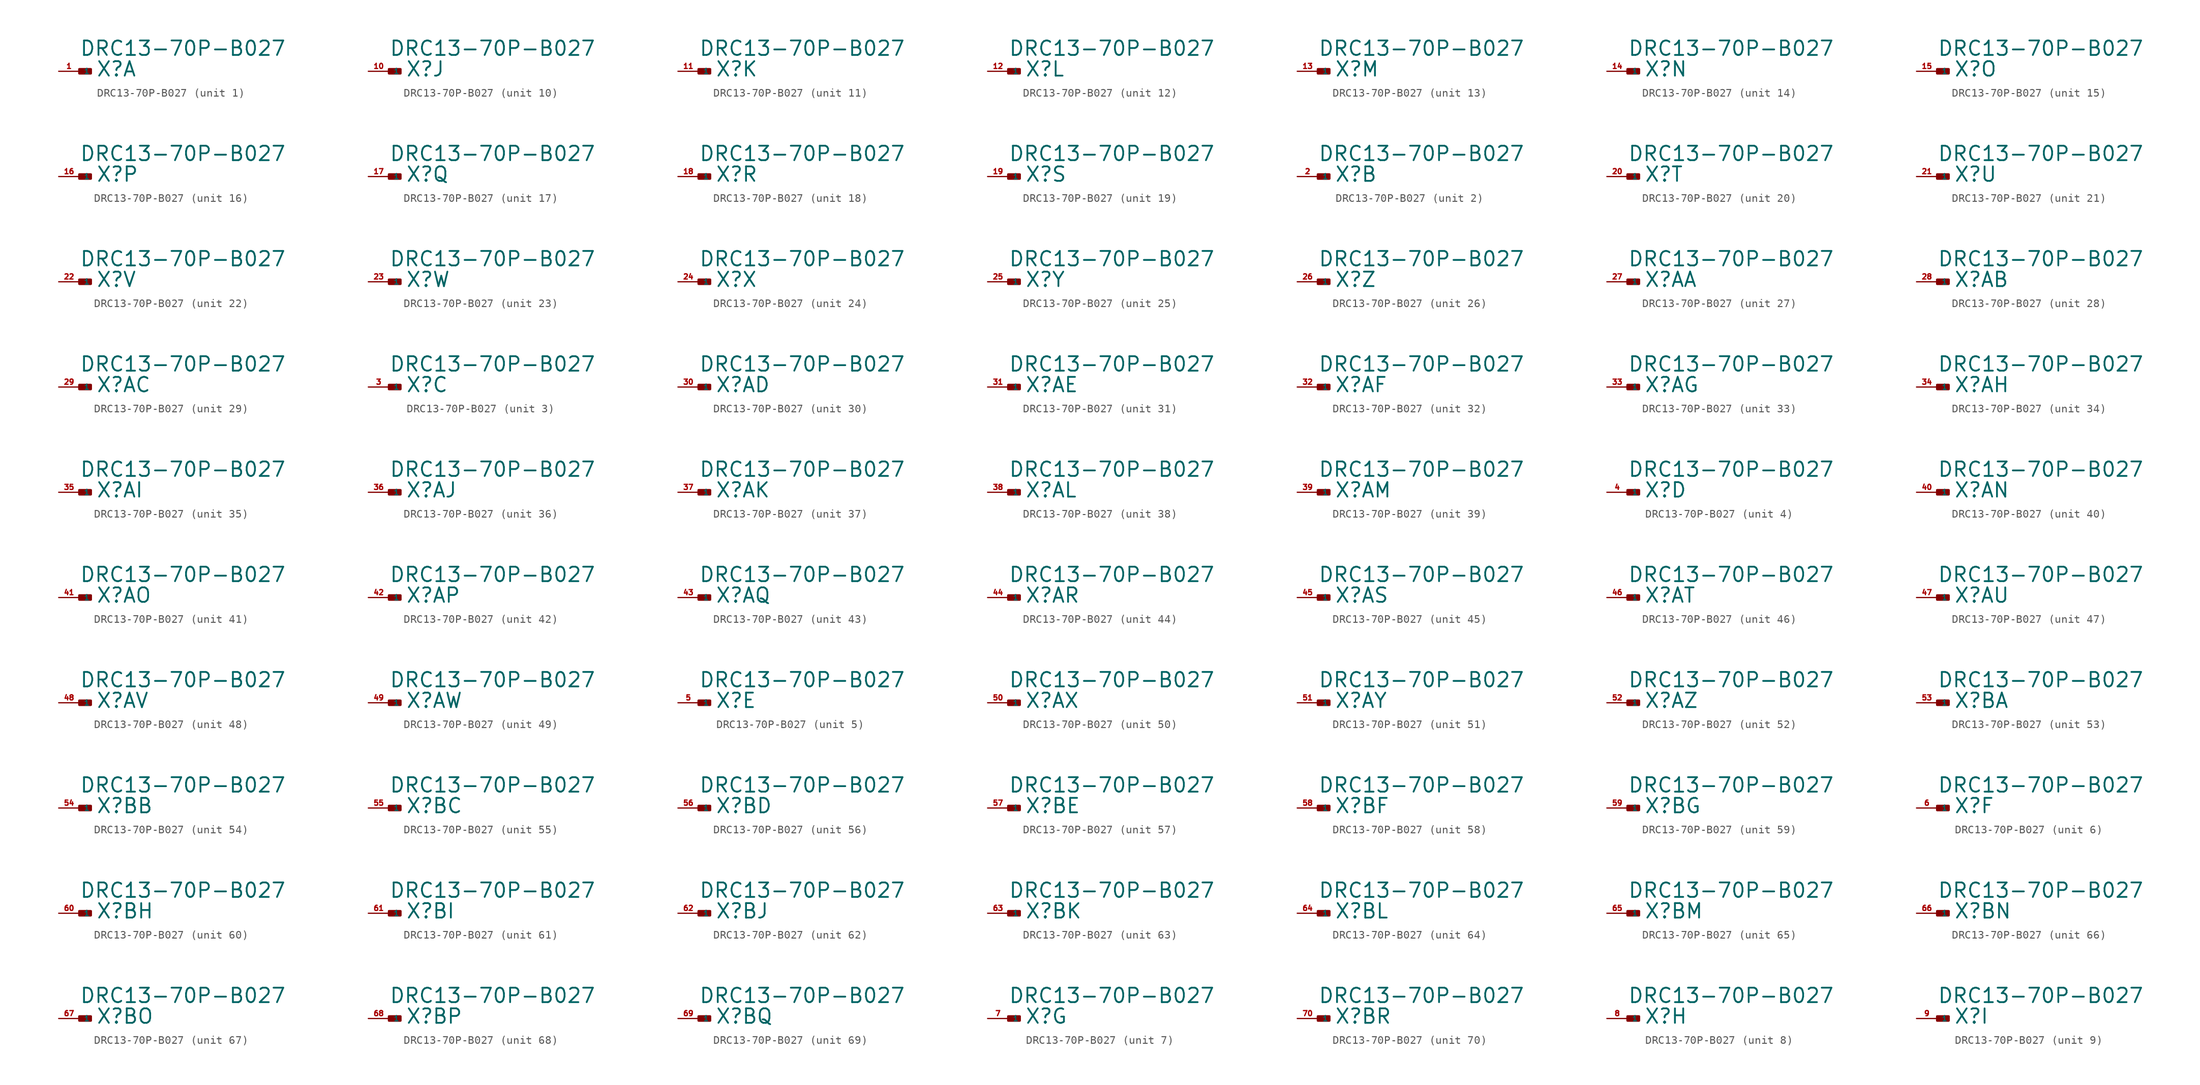
<source format=kicad_sym>
(kicad_symbol_lib
  (version 20220914)
  (generator Eagle2Kicad)
  (symbol "DRC13-70P-B027"
    (property "Reference" "X"
      (at 2.032 -0.762 0)
      (effects (font (size 1.778 1.778) (thickness 0.22)) (justify left bottom)))
    (property "Value" "DRC13-70P-B027"
      (at 0 1.778 0)
      (effects (font (size 1.778 1.778) (thickness 0.22)) (justify left bottom)))
    (symbol "DRC13-70P-B027_1_0"
      (rectangle (start 0 -0.254) (end 1.397 0.254) (stroke (width 0.3) (type default)) (fill (type outline)))
      (pin passive line (at -2.54 0 0) (length 2.54) (name "1" (effects (font (size 0.635 0.635) (thickness 0.08)) (justify left bottom))) (number "1" (effects (font (size 0.635 0.635) (thickness 0.08)) (justify left bottom)))))
    (symbol "DRC13-70P-B027_2_0"
      (rectangle (start 0 -0.254) (end 1.397 0.254) (stroke (width 0.3) (type default)) (fill (type outline)))
      (pin passive line (at -2.54 0 0) (length 2.54) (name "1" (effects (font (size 0.635 0.635) (thickness 0.08)) (justify left bottom))) (number "2" (effects (font (size 0.635 0.635) (thickness 0.08)) (justify left bottom)))))
    (symbol "DRC13-70P-B027_3_0"
      (rectangle (start 0 -0.254) (end 1.397 0.254) (stroke (width 0.3) (type default)) (fill (type outline)))
      (pin passive line (at -2.54 0 0) (length 2.54) (name "1" (effects (font (size 0.635 0.635) (thickness 0.08)) (justify left bottom))) (number "3" (effects (font (size 0.635 0.635) (thickness 0.08)) (justify left bottom)))))
    (symbol "DRC13-70P-B027_4_0"
      (rectangle (start 0 -0.254) (end 1.397 0.254) (stroke (width 0.3) (type default)) (fill (type outline)))
      (pin passive line (at -2.54 0 0) (length 2.54) (name "1" (effects (font (size 0.635 0.635) (thickness 0.08)) (justify left bottom))) (number "4" (effects (font (size 0.635 0.635) (thickness 0.08)) (justify left bottom)))))
    (symbol "DRC13-70P-B027_5_0"
      (rectangle (start 0 -0.254) (end 1.397 0.254) (stroke (width 0.3) (type default)) (fill (type outline)))
      (pin passive line (at -2.54 0 0) (length 2.54) (name "1" (effects (font (size 0.635 0.635) (thickness 0.08)) (justify left bottom))) (number "5" (effects (font (size 0.635 0.635) (thickness 0.08)) (justify left bottom)))))
    (symbol "DRC13-70P-B027_6_0"
      (rectangle (start 0 -0.254) (end 1.397 0.254) (stroke (width 0.3) (type default)) (fill (type outline)))
      (pin passive line (at -2.54 0 0) (length 2.54) (name "1" (effects (font (size 0.635 0.635) (thickness 0.08)) (justify left bottom))) (number "6" (effects (font (size 0.635 0.635) (thickness 0.08)) (justify left bottom)))))
    (symbol "DRC13-70P-B027_7_0"
      (rectangle (start 0 -0.254) (end 1.397 0.254) (stroke (width 0.3) (type default)) (fill (type outline)))
      (pin passive line (at -2.54 0 0) (length 2.54) (name "1" (effects (font (size 0.635 0.635) (thickness 0.08)) (justify left bottom))) (number "7" (effects (font (size 0.635 0.635) (thickness 0.08)) (justify left bottom)))))
    (symbol "DRC13-70P-B027_8_0"
      (rectangle (start 0 -0.254) (end 1.397 0.254) (stroke (width 0.3) (type default)) (fill (type outline)))
      (pin passive line (at -2.54 0 0) (length 2.54) (name "1" (effects (font (size 0.635 0.635) (thickness 0.08)) (justify left bottom))) (number "8" (effects (font (size 0.635 0.635) (thickness 0.08)) (justify left bottom)))))
    (symbol "DRC13-70P-B027_9_0"
      (rectangle (start 0 -0.254) (end 1.397 0.254) (stroke (width 0.3) (type default)) (fill (type outline)))
      (pin passive line (at -2.54 0 0) (length 2.54) (name "1" (effects (font (size 0.635 0.635) (thickness 0.08)) (justify left bottom))) (number "9" (effects (font (size 0.635 0.635) (thickness 0.08)) (justify left bottom)))))
    (symbol "DRC13-70P-B027_10_0"
      (rectangle (start 0 -0.254) (end 1.397 0.254) (stroke (width 0.3) (type default)) (fill (type outline)))
      (pin passive line (at -2.54 0 0) (length 2.54) (name "1" (effects (font (size 0.635 0.635) (thickness 0.08)) (justify left bottom))) (number "10" (effects (font (size 0.635 0.635) (thickness 0.08)) (justify left bottom)))))
    (symbol "DRC13-70P-B027_11_0"
      (rectangle (start 0 -0.254) (end 1.397 0.254) (stroke (width 0.3) (type default)) (fill (type outline)))
      (pin passive line (at -2.54 0 0) (length 2.54) (name "1" (effects (font (size 0.635 0.635) (thickness 0.08)) (justify left bottom))) (number "11" (effects (font (size 0.635 0.635) (thickness 0.08)) (justify left bottom)))))
    (symbol "DRC13-70P-B027_12_0"
      (rectangle (start 0 -0.254) (end 1.397 0.254) (stroke (width 0.3) (type default)) (fill (type outline)))
      (pin passive line (at -2.54 0 0) (length 2.54) (name "1" (effects (font (size 0.635 0.635) (thickness 0.08)) (justify left bottom))) (number "12" (effects (font (size 0.635 0.635) (thickness 0.08)) (justify left bottom)))))
    (symbol "DRC13-70P-B027_13_0"
      (rectangle (start 0 -0.254) (end 1.397 0.254) (stroke (width 0.3) (type default)) (fill (type outline)))
      (pin passive line (at -2.54 0 0) (length 2.54) (name "1" (effects (font (size 0.635 0.635) (thickness 0.08)) (justify left bottom))) (number "13" (effects (font (size 0.635 0.635) (thickness 0.08)) (justify left bottom)))))
    (symbol "DRC13-70P-B027_14_0"
      (rectangle (start 0 -0.254) (end 1.397 0.254) (stroke (width 0.3) (type default)) (fill (type outline)))
      (pin passive line (at -2.54 0 0) (length 2.54) (name "1" (effects (font (size 0.635 0.635) (thickness 0.08)) (justify left bottom))) (number "14" (effects (font (size 0.635 0.635) (thickness 0.08)) (justify left bottom)))))
    (symbol "DRC13-70P-B027_15_0"
      (rectangle (start 0 -0.254) (end 1.397 0.254) (stroke (width 0.3) (type default)) (fill (type outline)))
      (pin passive line (at -2.54 0 0) (length 2.54) (name "1" (effects (font (size 0.635 0.635) (thickness 0.08)) (justify left bottom))) (number "15" (effects (font (size 0.635 0.635) (thickness 0.08)) (justify left bottom)))))
    (symbol "DRC13-70P-B027_16_0"
      (rectangle (start 0 -0.254) (end 1.397 0.254) (stroke (width 0.3) (type default)) (fill (type outline)))
      (pin passive line (at -2.54 0 0) (length 2.54) (name "1" (effects (font (size 0.635 0.635) (thickness 0.08)) (justify left bottom))) (number "16" (effects (font (size 0.635 0.635) (thickness 0.08)) (justify left bottom)))))
    (symbol "DRC13-70P-B027_17_0"
      (rectangle (start 0 -0.254) (end 1.397 0.254) (stroke (width 0.3) (type default)) (fill (type outline)))
      (pin passive line (at -2.54 0 0) (length 2.54) (name "1" (effects (font (size 0.635 0.635) (thickness 0.08)) (justify left bottom))) (number "17" (effects (font (size 0.635 0.635) (thickness 0.08)) (justify left bottom)))))
    (symbol "DRC13-70P-B027_18_0"
      (rectangle (start 0 -0.254) (end 1.397 0.254) (stroke (width 0.3) (type default)) (fill (type outline)))
      (pin passive line (at -2.54 0 0) (length 2.54) (name "1" (effects (font (size 0.635 0.635) (thickness 0.08)) (justify left bottom))) (number "18" (effects (font (size 0.635 0.635) (thickness 0.08)) (justify left bottom)))))
    (symbol "DRC13-70P-B027_19_0"
      (rectangle (start 0 -0.254) (end 1.397 0.254) (stroke (width 0.3) (type default)) (fill (type outline)))
      (pin passive line (at -2.54 0 0) (length 2.54) (name "1" (effects (font (size 0.635 0.635) (thickness 0.08)) (justify left bottom))) (number "19" (effects (font (size 0.635 0.635) (thickness 0.08)) (justify left bottom)))))
    (symbol "DRC13-70P-B027_20_0"
      (rectangle (start 0 -0.254) (end 1.397 0.254) (stroke (width 0.3) (type default)) (fill (type outline)))
      (pin passive line (at -2.54 0 0) (length 2.54) (name "1" (effects (font (size 0.635 0.635) (thickness 0.08)) (justify left bottom))) (number "20" (effects (font (size 0.635 0.635) (thickness 0.08)) (justify left bottom)))))
    (symbol "DRC13-70P-B027_21_0"
      (rectangle (start 0 -0.254) (end 1.397 0.254) (stroke (width 0.3) (type default)) (fill (type outline)))
      (pin passive line (at -2.54 0 0) (length 2.54) (name "1" (effects (font (size 0.635 0.635) (thickness 0.08)) (justify left bottom))) (number "21" (effects (font (size 0.635 0.635) (thickness 0.08)) (justify left bottom)))))
    (symbol "DRC13-70P-B027_22_0"
      (rectangle (start 0 -0.254) (end 1.397 0.254) (stroke (width 0.3) (type default)) (fill (type outline)))
      (pin passive line (at -2.54 0 0) (length 2.54) (name "1" (effects (font (size 0.635 0.635) (thickness 0.08)) (justify left bottom))) (number "22" (effects (font (size 0.635 0.635) (thickness 0.08)) (justify left bottom)))))
    (symbol "DRC13-70P-B027_23_0"
      (rectangle (start 0 -0.254) (end 1.397 0.254) (stroke (width 0.3) (type default)) (fill (type outline)))
      (pin passive line (at -2.54 0 0) (length 2.54) (name "1" (effects (font (size 0.635 0.635) (thickness 0.08)) (justify left bottom))) (number "23" (effects (font (size 0.635 0.635) (thickness 0.08)) (justify left bottom)))))
    (symbol "DRC13-70P-B027_24_0"
      (rectangle (start 0 -0.254) (end 1.397 0.254) (stroke (width 0.3) (type default)) (fill (type outline)))
      (pin passive line (at -2.54 0 0) (length 2.54) (name "1" (effects (font (size 0.635 0.635) (thickness 0.08)) (justify left bottom))) (number "24" (effects (font (size 0.635 0.635) (thickness 0.08)) (justify left bottom)))))
    (symbol "DRC13-70P-B027_25_0"
      (rectangle (start 0 -0.254) (end 1.397 0.254) (stroke (width 0.3) (type default)) (fill (type outline)))
      (pin passive line (at -2.54 0 0) (length 2.54) (name "1" (effects (font (size 0.635 0.635) (thickness 0.08)) (justify left bottom))) (number "25" (effects (font (size 0.635 0.635) (thickness 0.08)) (justify left bottom)))))
    (symbol "DRC13-70P-B027_26_0"
      (rectangle (start 0 -0.254) (end 1.397 0.254) (stroke (width 0.3) (type default)) (fill (type outline)))
      (pin passive line (at -2.54 0 0) (length 2.54) (name "1" (effects (font (size 0.635 0.635) (thickness 0.08)) (justify left bottom))) (number "26" (effects (font (size 0.635 0.635) (thickness 0.08)) (justify left bottom)))))
    (symbol "DRC13-70P-B027_27_0"
      (rectangle (start 0 -0.254) (end 1.397 0.254) (stroke (width 0.3) (type default)) (fill (type outline)))
      (pin passive line (at -2.54 0 0) (length 2.54) (name "1" (effects (font (size 0.635 0.635) (thickness 0.08)) (justify left bottom))) (number "27" (effects (font (size 0.635 0.635) (thickness 0.08)) (justify left bottom)))))
    (symbol "DRC13-70P-B027_28_0"
      (rectangle (start 0 -0.254) (end 1.397 0.254) (stroke (width 0.3) (type default)) (fill (type outline)))
      (pin passive line (at -2.54 0 0) (length 2.54) (name "1" (effects (font (size 0.635 0.635) (thickness 0.08)) (justify left bottom))) (number "28" (effects (font (size 0.635 0.635) (thickness 0.08)) (justify left bottom)))))
    (symbol "DRC13-70P-B027_29_0"
      (rectangle (start 0 -0.254) (end 1.397 0.254) (stroke (width 0.3) (type default)) (fill (type outline)))
      (pin passive line (at -2.54 0 0) (length 2.54) (name "1" (effects (font (size 0.635 0.635) (thickness 0.08)) (justify left bottom))) (number "29" (effects (font (size 0.635 0.635) (thickness 0.08)) (justify left bottom)))))
    (symbol "DRC13-70P-B027_30_0"
      (rectangle (start 0 -0.254) (end 1.397 0.254) (stroke (width 0.3) (type default)) (fill (type outline)))
      (pin passive line (at -2.54 0 0) (length 2.54) (name "1" (effects (font (size 0.635 0.635) (thickness 0.08)) (justify left bottom))) (number "30" (effects (font (size 0.635 0.635) (thickness 0.08)) (justify left bottom)))))
    (symbol "DRC13-70P-B027_31_0"
      (rectangle (start 0 -0.254) (end 1.397 0.254) (stroke (width 0.3) (type default)) (fill (type outline)))
      (pin passive line (at -2.54 0 0) (length 2.54) (name "1" (effects (font (size 0.635 0.635) (thickness 0.08)) (justify left bottom))) (number "31" (effects (font (size 0.635 0.635) (thickness 0.08)) (justify left bottom)))))
    (symbol "DRC13-70P-B027_32_0"
      (rectangle (start 0 -0.254) (end 1.397 0.254) (stroke (width 0.3) (type default)) (fill (type outline)))
      (pin passive line (at -2.54 0 0) (length 2.54) (name "1" (effects (font (size 0.635 0.635) (thickness 0.08)) (justify left bottom))) (number "32" (effects (font (size 0.635 0.635) (thickness 0.08)) (justify left bottom)))))
    (symbol "DRC13-70P-B027_33_0"
      (rectangle (start 0 -0.254) (end 1.397 0.254) (stroke (width 0.3) (type default)) (fill (type outline)))
      (pin passive line (at -2.54 0 0) (length 2.54) (name "1" (effects (font (size 0.635 0.635) (thickness 0.08)) (justify left bottom))) (number "33" (effects (font (size 0.635 0.635) (thickness 0.08)) (justify left bottom)))))
    (symbol "DRC13-70P-B027_34_0"
      (rectangle (start 0 -0.254) (end 1.397 0.254) (stroke (width 0.3) (type default)) (fill (type outline)))
      (pin passive line (at -2.54 0 0) (length 2.54) (name "1" (effects (font (size 0.635 0.635) (thickness 0.08)) (justify left bottom))) (number "34" (effects (font (size 0.635 0.635) (thickness 0.08)) (justify left bottom)))))
    (symbol "DRC13-70P-B027_35_0"
      (rectangle (start 0 -0.254) (end 1.397 0.254) (stroke (width 0.3) (type default)) (fill (type outline)))
      (pin passive line (at -2.54 0 0) (length 2.54) (name "1" (effects (font (size 0.635 0.635) (thickness 0.08)) (justify left bottom))) (number "35" (effects (font (size 0.635 0.635) (thickness 0.08)) (justify left bottom)))))
    (symbol "DRC13-70P-B027_36_0"
      (rectangle (start 0 -0.254) (end 1.397 0.254) (stroke (width 0.3) (type default)) (fill (type outline)))
      (pin passive line (at -2.54 0 0) (length 2.54) (name "1" (effects (font (size 0.635 0.635) (thickness 0.08)) (justify left bottom))) (number "36" (effects (font (size 0.635 0.635) (thickness 0.08)) (justify left bottom)))))
    (symbol "DRC13-70P-B027_37_0"
      (rectangle (start 0 -0.254) (end 1.397 0.254) (stroke (width 0.3) (type default)) (fill (type outline)))
      (pin passive line (at -2.54 0 0) (length 2.54) (name "1" (effects (font (size 0.635 0.635) (thickness 0.08)) (justify left bottom))) (number "37" (effects (font (size 0.635 0.635) (thickness 0.08)) (justify left bottom)))))
    (symbol "DRC13-70P-B027_38_0"
      (rectangle (start 0 -0.254) (end 1.397 0.254) (stroke (width 0.3) (type default)) (fill (type outline)))
      (pin passive line (at -2.54 0 0) (length 2.54) (name "1" (effects (font (size 0.635 0.635) (thickness 0.08)) (justify left bottom))) (number "38" (effects (font (size 0.635 0.635) (thickness 0.08)) (justify left bottom)))))
    (symbol "DRC13-70P-B027_39_0"
      (rectangle (start 0 -0.254) (end 1.397 0.254) (stroke (width 0.3) (type default)) (fill (type outline)))
      (pin passive line (at -2.54 0 0) (length 2.54) (name "1" (effects (font (size 0.635 0.635) (thickness 0.08)) (justify left bottom))) (number "39" (effects (font (size 0.635 0.635) (thickness 0.08)) (justify left bottom)))))
    (symbol "DRC13-70P-B027_40_0"
      (rectangle (start 0 -0.254) (end 1.397 0.254) (stroke (width 0.3) (type default)) (fill (type outline)))
      (pin passive line (at -2.54 0 0) (length 2.54) (name "1" (effects (font (size 0.635 0.635) (thickness 0.08)) (justify left bottom))) (number "40" (effects (font (size 0.635 0.635) (thickness 0.08)) (justify left bottom)))))
    (symbol "DRC13-70P-B027_41_0"
      (rectangle (start 0 -0.254) (end 1.397 0.254) (stroke (width 0.3) (type default)) (fill (type outline)))
      (pin passive line (at -2.54 0 0) (length 2.54) (name "1" (effects (font (size 0.635 0.635) (thickness 0.08)) (justify left bottom))) (number "41" (effects (font (size 0.635 0.635) (thickness 0.08)) (justify left bottom)))))
    (symbol "DRC13-70P-B027_42_0"
      (rectangle (start 0 -0.254) (end 1.397 0.254) (stroke (width 0.3) (type default)) (fill (type outline)))
      (pin passive line (at -2.54 0 0) (length 2.54) (name "1" (effects (font (size 0.635 0.635) (thickness 0.08)) (justify left bottom))) (number "42" (effects (font (size 0.635 0.635) (thickness 0.08)) (justify left bottom)))))
    (symbol "DRC13-70P-B027_43_0"
      (rectangle (start 0 -0.254) (end 1.397 0.254) (stroke (width 0.3) (type default)) (fill (type outline)))
      (pin passive line (at -2.54 0 0) (length 2.54) (name "1" (effects (font (size 0.635 0.635) (thickness 0.08)) (justify left bottom))) (number "43" (effects (font (size 0.635 0.635) (thickness 0.08)) (justify left bottom)))))
    (symbol "DRC13-70P-B027_44_0"
      (rectangle (start 0 -0.254) (end 1.397 0.254) (stroke (width 0.3) (type default)) (fill (type outline)))
      (pin passive line (at -2.54 0 0) (length 2.54) (name "1" (effects (font (size 0.635 0.635) (thickness 0.08)) (justify left bottom))) (number "44" (effects (font (size 0.635 0.635) (thickness 0.08)) (justify left bottom)))))
    (symbol "DRC13-70P-B027_45_0"
      (rectangle (start 0 -0.254) (end 1.397 0.254) (stroke (width 0.3) (type default)) (fill (type outline)))
      (pin passive line (at -2.54 0 0) (length 2.54) (name "1" (effects (font (size 0.635 0.635) (thickness 0.08)) (justify left bottom))) (number "45" (effects (font (size 0.635 0.635) (thickness 0.08)) (justify left bottom)))))
    (symbol "DRC13-70P-B027_46_0"
      (rectangle (start 0 -0.254) (end 1.397 0.254) (stroke (width 0.3) (type default)) (fill (type outline)))
      (pin passive line (at -2.54 0 0) (length 2.54) (name "1" (effects (font (size 0.635 0.635) (thickness 0.08)) (justify left bottom))) (number "46" (effects (font (size 0.635 0.635) (thickness 0.08)) (justify left bottom)))))
    (symbol "DRC13-70P-B027_47_0"
      (rectangle (start 0 -0.254) (end 1.397 0.254) (stroke (width 0.3) (type default)) (fill (type outline)))
      (pin passive line (at -2.54 0 0) (length 2.54) (name "1" (effects (font (size 0.635 0.635) (thickness 0.08)) (justify left bottom))) (number "47" (effects (font (size 0.635 0.635) (thickness 0.08)) (justify left bottom)))))
    (symbol "DRC13-70P-B027_48_0"
      (rectangle (start 0 -0.254) (end 1.397 0.254) (stroke (width 0.3) (type default)) (fill (type outline)))
      (pin passive line (at -2.54 0 0) (length 2.54) (name "1" (effects (font (size 0.635 0.635) (thickness 0.08)) (justify left bottom))) (number "48" (effects (font (size 0.635 0.635) (thickness 0.08)) (justify left bottom)))))
    (symbol "DRC13-70P-B027_49_0"
      (rectangle (start 0 -0.254) (end 1.397 0.254) (stroke (width 0.3) (type default)) (fill (type outline)))
      (pin passive line (at -2.54 0 0) (length 2.54) (name "1" (effects (font (size 0.635 0.635) (thickness 0.08)) (justify left bottom))) (number "49" (effects (font (size 0.635 0.635) (thickness 0.08)) (justify left bottom)))))
    (symbol "DRC13-70P-B027_50_0"
      (rectangle (start 0 -0.254) (end 1.397 0.254) (stroke (width 0.3) (type default)) (fill (type outline)))
      (pin passive line (at -2.54 0 0) (length 2.54) (name "1" (effects (font (size 0.635 0.635) (thickness 0.08)) (justify left bottom))) (number "50" (effects (font (size 0.635 0.635) (thickness 0.08)) (justify left bottom)))))
    (symbol "DRC13-70P-B027_51_0"
      (rectangle (start 0 -0.254) (end 1.397 0.254) (stroke (width 0.3) (type default)) (fill (type outline)))
      (pin passive line (at -2.54 0 0) (length 2.54) (name "1" (effects (font (size 0.635 0.635) (thickness 0.08)) (justify left bottom))) (number "51" (effects (font (size 0.635 0.635) (thickness 0.08)) (justify left bottom)))))
    (symbol "DRC13-70P-B027_52_0"
      (rectangle (start 0 -0.254) (end 1.397 0.254) (stroke (width 0.3) (type default)) (fill (type outline)))
      (pin passive line (at -2.54 0 0) (length 2.54) (name "1" (effects (font (size 0.635 0.635) (thickness 0.08)) (justify left bottom))) (number "52" (effects (font (size 0.635 0.635) (thickness 0.08)) (justify left bottom)))))
    (symbol "DRC13-70P-B027_53_0"
      (rectangle (start 0 -0.254) (end 1.397 0.254) (stroke (width 0.3) (type default)) (fill (type outline)))
      (pin passive line (at -2.54 0 0) (length 2.54) (name "1" (effects (font (size 0.635 0.635) (thickness 0.08)) (justify left bottom))) (number "53" (effects (font (size 0.635 0.635) (thickness 0.08)) (justify left bottom)))))
    (symbol "DRC13-70P-B027_54_0"
      (rectangle (start 0 -0.254) (end 1.397 0.254) (stroke (width 0.3) (type default)) (fill (type outline)))
      (pin passive line (at -2.54 0 0) (length 2.54) (name "1" (effects (font (size 0.635 0.635) (thickness 0.08)) (justify left bottom))) (number "54" (effects (font (size 0.635 0.635) (thickness 0.08)) (justify left bottom)))))
    (symbol "DRC13-70P-B027_55_0"
      (rectangle (start 0 -0.254) (end 1.397 0.254) (stroke (width 0.3) (type default)) (fill (type outline)))
      (pin passive line (at -2.54 0 0) (length 2.54) (name "1" (effects (font (size 0.635 0.635) (thickness 0.08)) (justify left bottom))) (number "55" (effects (font (size 0.635 0.635) (thickness 0.08)) (justify left bottom)))))
    (symbol "DRC13-70P-B027_56_0"
      (rectangle (start 0 -0.254) (end 1.397 0.254) (stroke (width 0.3) (type default)) (fill (type outline)))
      (pin passive line (at -2.54 0 0) (length 2.54) (name "1" (effects (font (size 0.635 0.635) (thickness 0.08)) (justify left bottom))) (number "56" (effects (font (size 0.635 0.635) (thickness 0.08)) (justify left bottom)))))
    (symbol "DRC13-70P-B027_57_0"
      (rectangle (start 0 -0.254) (end 1.397 0.254) (stroke (width 0.3) (type default)) (fill (type outline)))
      (pin passive line (at -2.54 0 0) (length 2.54) (name "1" (effects (font (size 0.635 0.635) (thickness 0.08)) (justify left bottom))) (number "57" (effects (font (size 0.635 0.635) (thickness 0.08)) (justify left bottom)))))
    (symbol "DRC13-70P-B027_58_0"
      (rectangle (start 0 -0.254) (end 1.397 0.254) (stroke (width 0.3) (type default)) (fill (type outline)))
      (pin passive line (at -2.54 0 0) (length 2.54) (name "1" (effects (font (size 0.635 0.635) (thickness 0.08)) (justify left bottom))) (number "58" (effects (font (size 0.635 0.635) (thickness 0.08)) (justify left bottom)))))
    (symbol "DRC13-70P-B027_59_0"
      (rectangle (start 0 -0.254) (end 1.397 0.254) (stroke (width 0.3) (type default)) (fill (type outline)))
      (pin passive line (at -2.54 0 0) (length 2.54) (name "1" (effects (font (size 0.635 0.635) (thickness 0.08)) (justify left bottom))) (number "59" (effects (font (size 0.635 0.635) (thickness 0.08)) (justify left bottom)))))
    (symbol "DRC13-70P-B027_60_0"
      (rectangle (start 0 -0.254) (end 1.397 0.254) (stroke (width 0.3) (type default)) (fill (type outline)))
      (pin passive line (at -2.54 0 0) (length 2.54) (name "1" (effects (font (size 0.635 0.635) (thickness 0.08)) (justify left bottom))) (number "60" (effects (font (size 0.635 0.635) (thickness 0.08)) (justify left bottom)))))
    (symbol "DRC13-70P-B027_61_0"
      (rectangle (start 0 -0.254) (end 1.397 0.254) (stroke (width 0.3) (type default)) (fill (type outline)))
      (pin passive line (at -2.54 0 0) (length 2.54) (name "1" (effects (font (size 0.635 0.635) (thickness 0.08)) (justify left bottom))) (number "61" (effects (font (size 0.635 0.635) (thickness 0.08)) (justify left bottom)))))
    (symbol "DRC13-70P-B027_62_0"
      (rectangle (start 0 -0.254) (end 1.397 0.254) (stroke (width 0.3) (type default)) (fill (type outline)))
      (pin passive line (at -2.54 0 0) (length 2.54) (name "1" (effects (font (size 0.635 0.635) (thickness 0.08)) (justify left bottom))) (number "62" (effects (font (size 0.635 0.635) (thickness 0.08)) (justify left bottom)))))
    (symbol "DRC13-70P-B027_63_0"
      (rectangle (start 0 -0.254) (end 1.397 0.254) (stroke (width 0.3) (type default)) (fill (type outline)))
      (pin passive line (at -2.54 0 0) (length 2.54) (name "1" (effects (font (size 0.635 0.635) (thickness 0.08)) (justify left bottom))) (number "63" (effects (font (size 0.635 0.635) (thickness 0.08)) (justify left bottom)))))
    (symbol "DRC13-70P-B027_64_0"
      (rectangle (start 0 -0.254) (end 1.397 0.254) (stroke (width 0.3) (type default)) (fill (type outline)))
      (pin passive line (at -2.54 0 0) (length 2.54) (name "1" (effects (font (size 0.635 0.635) (thickness 0.08)) (justify left bottom))) (number "64" (effects (font (size 0.635 0.635) (thickness 0.08)) (justify left bottom)))))
    (symbol "DRC13-70P-B027_65_0"
      (rectangle (start 0 -0.254) (end 1.397 0.254) (stroke (width 0.3) (type default)) (fill (type outline)))
      (pin passive line (at -2.54 0 0) (length 2.54) (name "1" (effects (font (size 0.635 0.635) (thickness 0.08)) (justify left bottom))) (number "65" (effects (font (size 0.635 0.635) (thickness 0.08)) (justify left bottom)))))
    (symbol "DRC13-70P-B027_66_0"
      (rectangle (start 0 -0.254) (end 1.397 0.254) (stroke (width 0.3) (type default)) (fill (type outline)))
      (pin passive line (at -2.54 0 0) (length 2.54) (name "1" (effects (font (size 0.635 0.635) (thickness 0.08)) (justify left bottom))) (number "66" (effects (font (size 0.635 0.635) (thickness 0.08)) (justify left bottom)))))
    (symbol "DRC13-70P-B027_67_0"
      (rectangle (start 0 -0.254) (end 1.397 0.254) (stroke (width 0.3) (type default)) (fill (type outline)))
      (pin passive line (at -2.54 0 0) (length 2.54) (name "1" (effects (font (size 0.635 0.635) (thickness 0.08)) (justify left bottom))) (number "67" (effects (font (size 0.635 0.635) (thickness 0.08)) (justify left bottom)))))
    (symbol "DRC13-70P-B027_68_0"
      (rectangle (start 0 -0.254) (end 1.397 0.254) (stroke (width 0.3) (type default)) (fill (type outline)))
      (pin passive line (at -2.54 0 0) (length 2.54) (name "1" (effects (font (size 0.635 0.635) (thickness 0.08)) (justify left bottom))) (number "68" (effects (font (size 0.635 0.635) (thickness 0.08)) (justify left bottom)))))
    (symbol "DRC13-70P-B027_69_0"
      (rectangle (start 0 -0.254) (end 1.397 0.254) (stroke (width 0.3) (type default)) (fill (type outline)))
      (pin passive line (at -2.54 0 0) (length 2.54) (name "1" (effects (font (size 0.635 0.635) (thickness 0.08)) (justify left bottom))) (number "69" (effects (font (size 0.635 0.635) (thickness 0.08)) (justify left bottom)))))
    (symbol "DRC13-70P-B027_70_0"
      (rectangle (start 0 -0.254) (end 1.397 0.254) (stroke (width 0.3) (type default)) (fill (type outline)))
      (pin passive line (at -2.54 0 0) (length 2.54) (name "1" (effects (font (size 0.635 0.635) (thickness 0.08)) (justify left bottom))) (number "70" (effects (font (size 0.635 0.635) (thickness 0.08)) (justify left bottom)))))))
</source>
